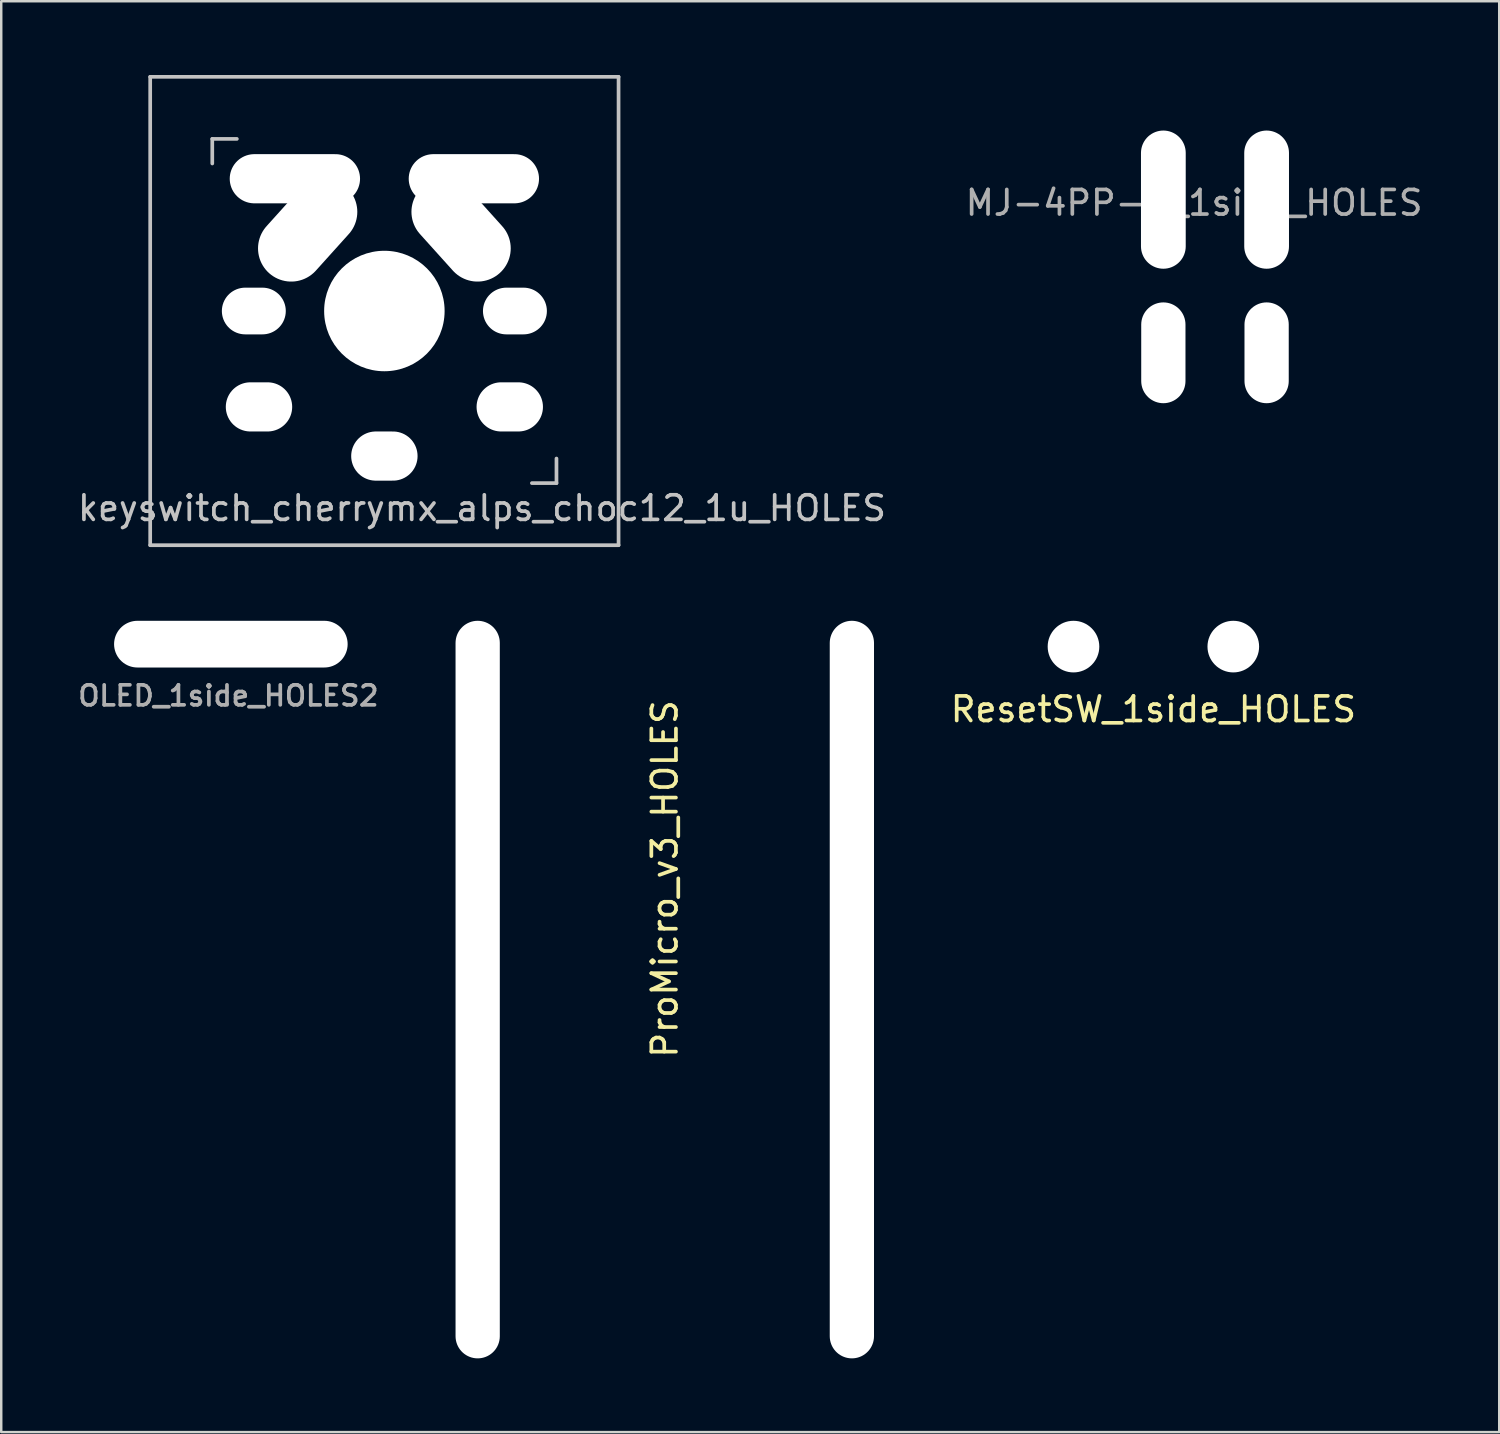
<source format=kicad_pcb>
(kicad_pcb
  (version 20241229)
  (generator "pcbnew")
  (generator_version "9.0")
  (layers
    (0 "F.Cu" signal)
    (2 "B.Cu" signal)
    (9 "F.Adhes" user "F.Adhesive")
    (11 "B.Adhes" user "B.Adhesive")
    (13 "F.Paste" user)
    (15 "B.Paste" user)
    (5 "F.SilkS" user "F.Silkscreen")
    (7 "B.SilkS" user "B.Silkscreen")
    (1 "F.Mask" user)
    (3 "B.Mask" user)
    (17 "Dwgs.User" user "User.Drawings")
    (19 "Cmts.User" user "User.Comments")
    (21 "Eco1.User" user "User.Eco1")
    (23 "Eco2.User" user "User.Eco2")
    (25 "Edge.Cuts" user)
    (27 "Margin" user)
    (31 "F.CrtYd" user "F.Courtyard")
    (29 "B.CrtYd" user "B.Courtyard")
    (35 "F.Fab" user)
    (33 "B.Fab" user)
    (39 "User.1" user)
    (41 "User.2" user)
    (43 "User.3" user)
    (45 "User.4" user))
  (footprint "keyswitch_cherrymx_alps_choc12_1u_HOLES"
    (layer "F.Cu")
    (at 12.584 9.6)
    (property "Reference" "keyswitch_cherrymx_alps_choc12_1u_HOLES" (at 3.97 8.02 180) (layer "Dwgs.User") (effects (font (size 1 1) (thickness 0.15))))
    (attr through_hole)
    (fp_line (start -9.525 -9.525) (end 9.525 -9.525) (stroke (width 0.15) (type solid)) (layer "Dwgs.User"))
    (fp_line (start -9.525 9.525) (end -9.525 -9.525) (stroke (width 0.15) (type solid)) (layer "Dwgs.User"))
    (fp_line (start -7 -7) (end -6 -7) (stroke (width 0.15) (type solid)) (layer "Dwgs.User"))
    (fp_line (start -7 -6) (end -7 -7) (stroke (width 0.15) (type solid)) (layer "Dwgs.User"))
    (fp_line (start 6 7) (end 7 7) (stroke (width 0.15) (type solid)) (layer "Dwgs.User"))
    (fp_line (start 7 7) (end 7 6) (stroke (width 0.15) (type solid)) (layer "Dwgs.User"))
    (fp_line (start 9.525 -9.525) (end 9.525 9.525) (stroke (width 0.15) (type solid)) (layer "Dwgs.User"))
    (fp_line (start 9.525 9.525) (end -9.525 9.525) (stroke (width 0.15) (type solid)) (layer "Dwgs.User"))
    (pad "" np_thru_hole oval (at -5.31 0 90) (size 1.9 2.6) (drill oval 1.9 2.6) (layers "*.Cu"))
    (pad "" np_thru_hole oval (at -5.1 3.9) (size 2.7 2) (drill oval 2.7 2) (layers "*.Cu"))
    (pad "" np_thru_hole oval (at -3.64 -5.38 270) (size 2 5.3) (drill oval 2 5.3) (layers "*.Cu"))
    (pad "" np_thru_hole oval (at -3.12 -3.29 318) (size 2.7 4.7) (drill oval 2.7 4.7) (layers "*.Cu"))
    (pad "" np_thru_hole circle (at 0 0 90) (size 4.9 4.9) (drill 4.9) (layers "*.Cu"))
    (pad "" np_thru_hole oval (at 0 5.9) (size 2.7 2) (drill oval 2.7 2) (layers "*.Cu"))
    (pad "" np_thru_hole oval (at 3.12 -3.29 42) (size 2.7 4.7) (drill oval 2.7 4.7) (layers "*.Cu"))
    (pad "" np_thru_hole oval (at 3.64 -5.38 270) (size 2 5.3) (drill oval 2 5.3) (layers "*.Cu"))
    (pad "" np_thru_hole oval (at 5.1 3.9) (size 2.7 2) (drill oval 2.7 2) (layers "*.Cu"))
    (pad "" np_thru_hole oval (at 5.31 0 90) (size 1.9 2.6) (drill oval 1.9 2.6) (layers "*.Cu")))
  (footprint "ProMicro_v3_HOLES"
    (layer "F.Cu")
    (at 23.988 37.7)
    (property "Reference" "ProMicro_v3_HOLES" (at 0 -5 270) (layer "F.SilkS") (effects (font (size 1 1) (thickness 0.15))))
    (attr through_hole)
    (pad "" np_thru_hole oval (at -7.609 -0.5) (size 1.8 30) (drill oval 1.8 30) (layers "*.Cu" "*.Mask"))
    (pad "" np_thru_hole oval (at 7.611 -0.5) (size 1.8 30) (drill oval 1.8 30) (layers "*.Cu" "*.Mask")))
  (footprint "MJ-4PP-9_1side_HOLES"
    (layer "F.Cu")
    (at 46.368 0.25)
    (property "Reference" "MJ-4PP-9_1side_HOLES" (at -0.85 4.95 0) (layer "F.Fab") (effects (font (size 1 1) (thickness 0.15))))
    (attr through_hole)
    (pad "" np_thru_hole oval (at -2.1 4.82) (size 1.82 5.62) (drill oval 1.82 5.62) (layers "*.Cu"))
    (pad "" np_thru_hole oval (at -2.1 11.05) (size 1.8 4.1) (drill oval 1.8 4.1) (layers "*.Cu"))
    (pad "" np_thru_hole oval (at 2.1 4.82) (size 1.82 5.62) (drill oval 1.82 5.62) (layers "*.Cu"))
    (pad "" np_thru_hole oval (at 2.1 11.05) (size 1.8 4.1) (drill oval 1.8 4.1) (layers "*.Cu")))
  (footprint "ResetSW_1side_HOLES"
    (layer "F.Cu")
    (at 43.863 23.25)
    (property "Reference" "ResetSW_1side_HOLES" (at 0 2.55 0) (layer "F.SilkS") (effects (font (size 1 1) (thickness 0.15))))
    (attr through_hole)
    (pad "" np_thru_hole circle (at -3.25 0) (size 2.1 2.1) (drill 2.1) (layers "*.Cu"))
    (pad "" np_thru_hole circle (at 3.25 0) (size 2.1 2.1) (drill 2.1) (layers "*.Cu")))
  (footprint "OLED_1side_HOLES2"
    (layer "F.Cu")
    (at 2.54 23.15)
    (property "Reference" "OLED_1side_HOLES2" (at 3.7 2.1 180) (layer "F.Fab") (effects (font (size 0.813 0.813) (thickness 0.15))))
    (attr through_hole)
    (pad "" np_thru_hole oval (at 3.8 0) (size 9.5 1.9) (drill oval 9.5 1.9) (layers "*.Cu")))
  (gr_rect
    (start -3 -3)
    (end 57.929 55.2)
    (stroke (width 0.1) (type default))
    (fill no)
    (layer "Edge.Cuts")))
</source>
